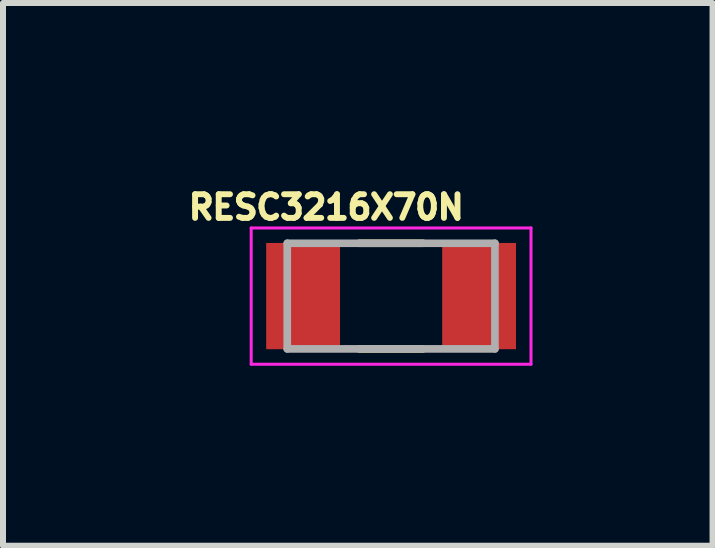
<source format=kicad_pcb>
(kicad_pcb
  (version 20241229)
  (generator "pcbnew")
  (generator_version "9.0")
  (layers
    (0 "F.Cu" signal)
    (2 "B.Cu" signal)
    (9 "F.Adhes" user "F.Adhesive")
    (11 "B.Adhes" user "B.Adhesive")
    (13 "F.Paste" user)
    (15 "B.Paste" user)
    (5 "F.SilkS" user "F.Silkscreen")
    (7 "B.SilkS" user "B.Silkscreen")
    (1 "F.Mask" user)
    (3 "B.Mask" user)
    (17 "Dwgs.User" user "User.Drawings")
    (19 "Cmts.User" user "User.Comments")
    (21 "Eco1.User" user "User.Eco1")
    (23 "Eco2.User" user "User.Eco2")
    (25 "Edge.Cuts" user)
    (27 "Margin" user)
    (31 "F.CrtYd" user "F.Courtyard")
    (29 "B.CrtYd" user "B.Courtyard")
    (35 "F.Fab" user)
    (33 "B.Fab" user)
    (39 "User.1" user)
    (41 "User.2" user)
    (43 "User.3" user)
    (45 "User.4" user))
  (footprint "RESC3216X70N"
    (layer "F.Cu")
    (at 3.466 1.883)
    (property "Reference" "RESC3216X70N" (at -1.08 -1.48 0) (layer "F.SilkS") (effects (font (size 0.394 0.394) (thickness 0.15))))
    (attr smd)
    (fp_line (start -0.53 -0.88) (end 0.53 -0.88) (stroke (width 0.127) (type solid)) (layer "F.SilkS"))
    (fp_line (start -0.53 0.88) (end 0.53 0.88) (stroke (width 0.127) (type solid)) (layer "F.SilkS"))
    (fp_line (start -2.331 -1.135) (end 2.331 -1.135) (stroke (width 0.05) (type solid)) (layer "F.CrtYd"))
    (fp_line (start -2.331 1.135) (end -2.331 -1.135) (stroke (width 0.05) (type solid)) (layer "F.CrtYd"))
    (fp_line (start -2.331 1.135) (end 2.331 1.135) (stroke (width 0.05) (type solid)) (layer "F.CrtYd"))
    (fp_line (start 2.331 1.135) (end 2.331 -1.135) (stroke (width 0.05) (type solid)) (layer "F.CrtYd"))
    (fp_line (start -1.73 0.88) (end -1.73 -0.88) (stroke (width 0.127) (type solid)) (layer "F.Fab"))
    (fp_line (start 1.73 -0.88) (end -1.73 -0.88) (stroke (width 0.127) (type solid)) (layer "F.Fab"))
    (fp_line (start 1.73 0.88) (end -1.73 0.88) (stroke (width 0.127) (type solid)) (layer "F.Fab"))
    (fp_line (start 1.73 0.88) (end 1.73 -0.88) (stroke (width 0.127) (type solid)) (layer "F.Fab"))
    (pad "1" smd rect (at -1.466 0) (size 1.23 1.77) (layers "F.Cu" "F.Mask" "F.Paste"))
    (pad "2" smd rect (at 1.466 0) (size 1.23 1.77) (layers "F.Cu" "F.Mask" "F.Paste")))
  (gr_rect
    (start -3 -3)
    (end 8.822 6.043)
    (stroke (width 0.1) (type default))
    (fill no)
    (layer "Edge.Cuts")))
</source>
